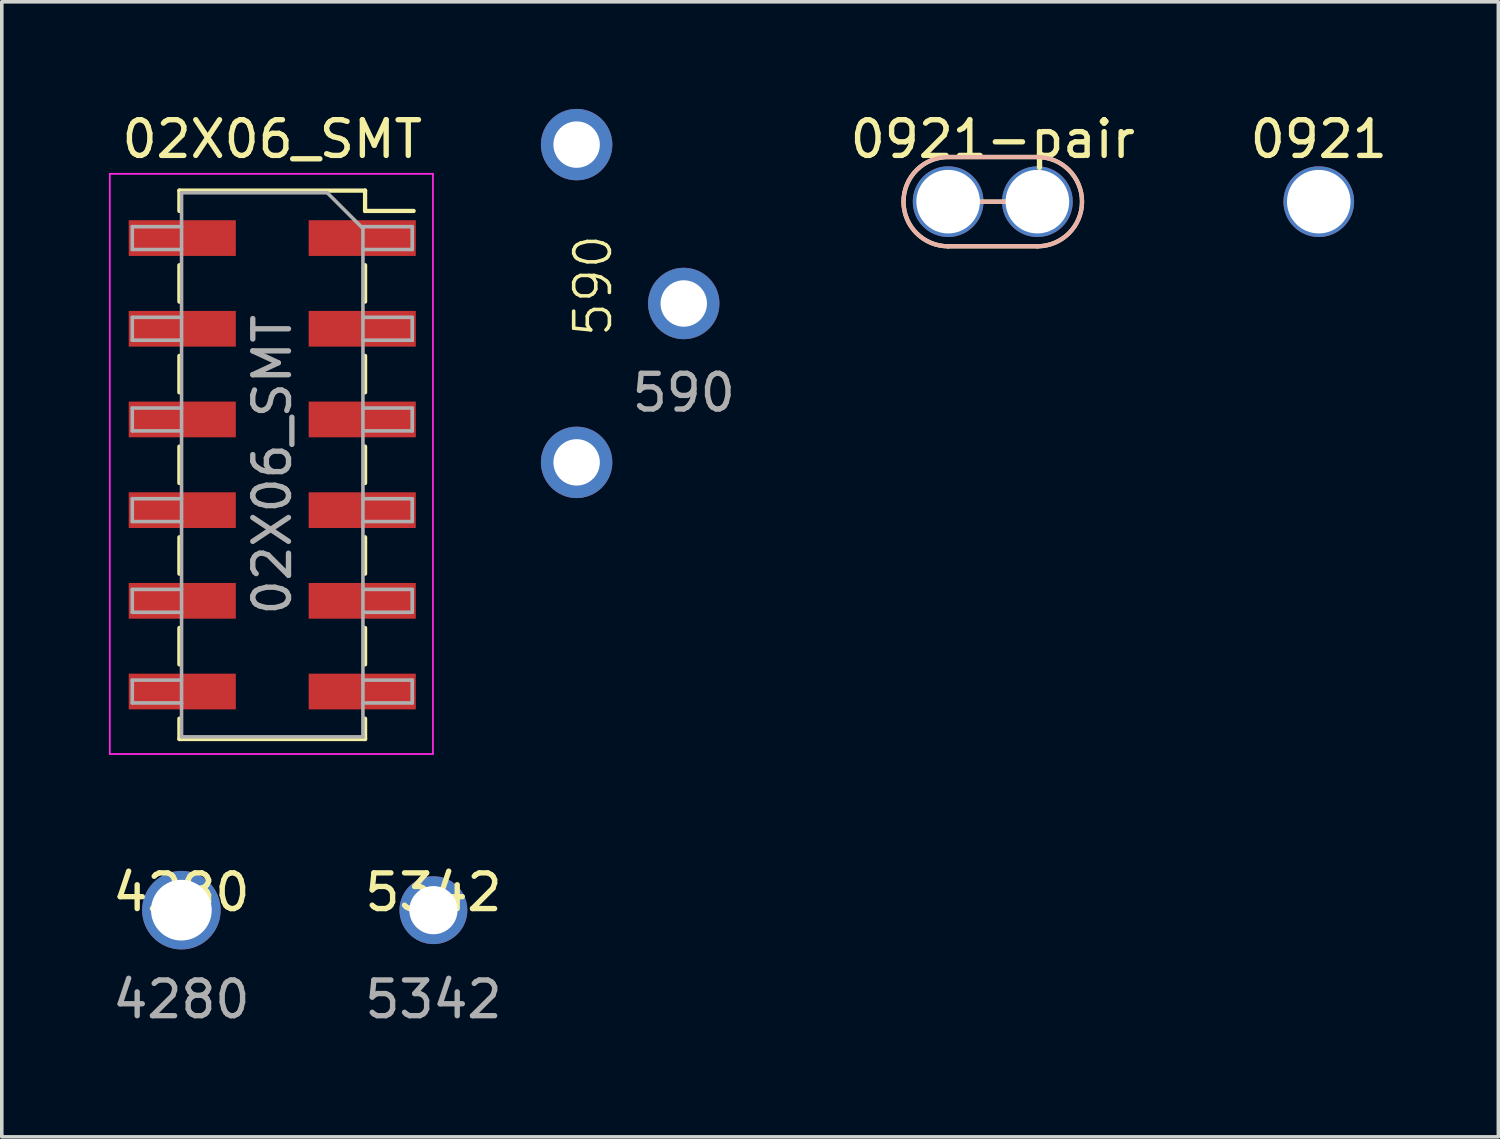
<source format=kicad_pcb>
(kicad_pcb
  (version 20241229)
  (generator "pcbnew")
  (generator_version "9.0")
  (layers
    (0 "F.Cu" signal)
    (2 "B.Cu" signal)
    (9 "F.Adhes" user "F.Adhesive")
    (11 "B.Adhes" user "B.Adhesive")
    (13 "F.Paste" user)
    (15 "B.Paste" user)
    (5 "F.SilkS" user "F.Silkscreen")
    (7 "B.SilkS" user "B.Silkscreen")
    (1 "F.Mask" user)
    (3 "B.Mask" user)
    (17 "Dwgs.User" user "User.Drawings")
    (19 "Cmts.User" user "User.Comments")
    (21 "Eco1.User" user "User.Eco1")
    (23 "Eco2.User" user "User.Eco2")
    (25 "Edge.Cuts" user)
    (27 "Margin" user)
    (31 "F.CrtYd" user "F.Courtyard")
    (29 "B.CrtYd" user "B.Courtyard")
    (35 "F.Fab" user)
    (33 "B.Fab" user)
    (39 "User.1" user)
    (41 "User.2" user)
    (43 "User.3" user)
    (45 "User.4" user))
  (footprint "02X06_SMT"
    (layer "F.Cu")
    (at 4.575 9.968)
    (property "Reference" "02X06_SMT" (at 0 -9.12 0) (layer "F.SilkS") (effects (font (size 1 1) (thickness 0.15))))
    (attr smd)
    (fp_line (start -2.6 -7.68) (end -2.6 -7.11) (stroke (width 0.12) (type solid)) (layer "F.SilkS"))
    (fp_line (start -2.6 -7.68) (end 2.6 -7.68) (stroke (width 0.12) (type solid)) (layer "F.SilkS"))
    (fp_line (start -2.6 -5.59) (end -2.6 -4.57) (stroke (width 0.12) (type solid)) (layer "F.SilkS"))
    (fp_line (start -2.6 -3.05) (end -2.6 -2.03) (stroke (width 0.12) (type solid)) (layer "F.SilkS"))
    (fp_line (start -2.6 -0.51) (end -2.6 0.51) (stroke (width 0.12) (type solid)) (layer "F.SilkS"))
    (fp_line (start -2.6 2.03) (end -2.6 3.05) (stroke (width 0.12) (type solid)) (layer "F.SilkS"))
    (fp_line (start -2.6 4.57) (end -2.6 5.59) (stroke (width 0.12) (type solid)) (layer "F.SilkS"))
    (fp_line (start -2.6 7.11) (end -2.6 7.68) (stroke (width 0.12) (type solid)) (layer "F.SilkS"))
    (fp_line (start -2.6 7.68) (end 2.6 7.68) (stroke (width 0.12) (type solid)) (layer "F.SilkS"))
    (fp_line (start 2.6 -7.68) (end 2.6 -7.11) (stroke (width 0.12) (type solid)) (layer "F.SilkS"))
    (fp_line (start 2.6 -7.11) (end 3.96 -7.11) (stroke (width 0.12) (type solid)) (layer "F.SilkS"))
    (fp_line (start 2.6 -5.59) (end 2.6 -4.57) (stroke (width 0.12) (type solid)) (layer "F.SilkS"))
    (fp_line (start 2.6 -3.05) (end 2.6 -2.03) (stroke (width 0.12) (type solid)) (layer "F.SilkS"))
    (fp_line (start 2.6 -0.51) (end 2.6 0.51) (stroke (width 0.12) (type solid)) (layer "F.SilkS"))
    (fp_line (start 2.6 2.03) (end 2.6 3.05) (stroke (width 0.12) (type solid)) (layer "F.SilkS"))
    (fp_line (start 2.6 4.57) (end 2.6 5.59) (stroke (width 0.12) (type solid)) (layer "F.SilkS"))
    (fp_line (start 2.6 7.11) (end 2.6 7.68) (stroke (width 0.12) (type solid)) (layer "F.SilkS"))
    (fp_line (start -4.55 -8.15) (end 4.5 -8.15) (stroke (width 0.05) (type solid)) (layer "F.CrtYd"))
    (fp_line (start -4.55 8.1) (end -4.55 -8.15) (stroke (width 0.05) (type solid)) (layer "F.CrtYd"))
    (fp_line (start 4.5 -8.15) (end 4.5 8.1) (stroke (width 0.05) (type solid)) (layer "F.CrtYd"))
    (fp_line (start 4.5 8.1) (end -4.55 8.1) (stroke (width 0.05) (type solid)) (layer "F.CrtYd"))
    (fp_line (start -3.92 -6.67) (end -2.54 -6.67) (stroke (width 0.1) (type solid)) (layer "F.Fab"))
    (fp_line (start -3.92 -6.03) (end -3.92 -6.67) (stroke (width 0.1) (type solid)) (layer "F.Fab"))
    (fp_line (start -3.92 -4.13) (end -2.54 -4.13) (stroke (width 0.1) (type solid)) (layer "F.Fab"))
    (fp_line (start -3.92 -3.49) (end -3.92 -4.13) (stroke (width 0.1) (type solid)) (layer "F.Fab"))
    (fp_line (start -3.92 -1.59) (end -2.54 -1.59) (stroke (width 0.1) (type solid)) (layer "F.Fab"))
    (fp_line (start -3.92 -0.95) (end -3.92 -1.59) (stroke (width 0.1) (type solid)) (layer "F.Fab"))
    (fp_line (start -3.92 0.95) (end -2.54 0.95) (stroke (width 0.1) (type solid)) (layer "F.Fab"))
    (fp_line (start -3.92 1.59) (end -3.92 0.95) (stroke (width 0.1) (type solid)) (layer "F.Fab"))
    (fp_line (start -3.92 3.49) (end -2.54 3.49) (stroke (width 0.1) (type solid)) (layer "F.Fab"))
    (fp_line (start -3.92 4.13) (end -3.92 3.49) (stroke (width 0.1) (type solid)) (layer "F.Fab"))
    (fp_line (start -3.92 6.03) (end -2.54 6.03) (stroke (width 0.1) (type solid)) (layer "F.Fab"))
    (fp_line (start -3.92 6.67) (end -3.92 6.03) (stroke (width 0.1) (type solid)) (layer "F.Fab"))
    (fp_line (start -2.54 -7.62) (end 1.54 -7.62) (stroke (width 0.1) (type solid)) (layer "F.Fab"))
    (fp_line (start -2.54 -6.03) (end -3.92 -6.03) (stroke (width 0.1) (type solid)) (layer "F.Fab"))
    (fp_line (start -2.54 -3.49) (end -3.92 -3.49) (stroke (width 0.1) (type solid)) (layer "F.Fab"))
    (fp_line (start -2.54 -0.95) (end -3.92 -0.95) (stroke (width 0.1) (type solid)) (layer "F.Fab"))
    (fp_line (start -2.54 1.59) (end -3.92 1.59) (stroke (width 0.1) (type solid)) (layer "F.Fab"))
    (fp_line (start -2.54 4.13) (end -3.92 4.13) (stroke (width 0.1) (type solid)) (layer "F.Fab"))
    (fp_line (start -2.54 6.67) (end -3.92 6.67) (stroke (width 0.1) (type solid)) (layer "F.Fab"))
    (fp_line (start -2.54 7.62) (end -2.54 -7.62) (stroke (width 0.1) (type solid)) (layer "F.Fab"))
    (fp_line (start 1.54 -7.62) (end 2.54 -6.62) (stroke (width 0.1) (type solid)) (layer "F.Fab"))
    (fp_line (start 2.54 -6.67) (end 3.92 -6.67) (stroke (width 0.1) (type solid)) (layer "F.Fab"))
    (fp_line (start 2.54 -6.62) (end 2.54 7.62) (stroke (width 0.1) (type solid)) (layer "F.Fab"))
    (fp_line (start 2.54 -4.13) (end 3.92 -4.13) (stroke (width 0.1) (type solid)) (layer "F.Fab"))
    (fp_line (start 2.54 -1.59) (end 3.92 -1.59) (stroke (width 0.1) (type solid)) (layer "F.Fab"))
    (fp_line (start 2.54 0.95) (end 3.92 0.95) (stroke (width 0.1) (type solid)) (layer "F.Fab"))
    (fp_line (start 2.54 3.49) (end 3.92 3.49) (stroke (width 0.1) (type solid)) (layer "F.Fab"))
    (fp_line (start 2.54 6.03) (end 3.92 6.03) (stroke (width 0.1) (type solid)) (layer "F.Fab"))
    (fp_line (start 2.54 7.62) (end -2.54 7.62) (stroke (width 0.1) (type solid)) (layer "F.Fab"))
    (fp_line (start 3.92 -6.67) (end 3.92 -6.03) (stroke (width 0.1) (type solid)) (layer "F.Fab"))
    (fp_line (start 3.92 -6.03) (end 2.54 -6.03) (stroke (width 0.1) (type solid)) (layer "F.Fab"))
    (fp_line (start 3.92 -4.13) (end 3.92 -3.49) (stroke (width 0.1) (type solid)) (layer "F.Fab"))
    (fp_line (start 3.92 -3.49) (end 2.54 -3.49) (stroke (width 0.1) (type solid)) (layer "F.Fab"))
    (fp_line (start 3.92 -1.59) (end 3.92 -0.95) (stroke (width 0.1) (type solid)) (layer "F.Fab"))
    (fp_line (start 3.92 -0.95) (end 2.54 -0.95) (stroke (width 0.1) (type solid)) (layer "F.Fab"))
    (fp_line (start 3.92 0.95) (end 3.92 1.59) (stroke (width 0.1) (type solid)) (layer "F.Fab"))
    (fp_line (start 3.92 1.59) (end 2.54 1.59) (stroke (width 0.1) (type solid)) (layer "F.Fab"))
    (fp_line (start 3.92 3.49) (end 3.92 4.13) (stroke (width 0.1) (type solid)) (layer "F.Fab"))
    (fp_line (start 3.92 4.13) (end 2.54 4.13) (stroke (width 0.1) (type solid)) (layer "F.Fab"))
    (fp_line (start 3.92 6.03) (end 3.92 6.67) (stroke (width 0.1) (type solid)) (layer "F.Fab"))
    (fp_line (start 3.92 6.67) (end 2.54 6.67) (stroke (width 0.1) (type solid)) (layer "F.Fab"))
    (fp_text user "${REFERENCE}" (at 0 0 90) (layer "F.Fab") (effects (font (size 1 1) (thickness 0.15))))
    (pad "1" smd rect (at 2.52 -6.35) (size 3 1) (layers "F.Cu" "F.Mask" "F.Paste"))
    (pad "2" smd rect (at 2.52 -3.81) (size 3 1) (layers "F.Cu" "F.Mask" "F.Paste"))
    (pad "3" smd rect (at 2.52 -1.27) (size 3 1) (layers "F.Cu" "F.Mask" "F.Paste"))
    (pad "4" smd rect (at 2.52 1.27) (size 3 1) (layers "F.Cu" "F.Mask" "F.Paste"))
    (pad "5" smd rect (at 2.52 3.81) (size 3 1) (layers "F.Cu" "F.Mask" "F.Paste"))
    (pad "6" smd rect (at 2.52 6.35) (size 3 1) (layers "F.Cu" "F.Mask" "F.Paste"))
    (pad "7" smd rect (at -2.52 6.35) (size 3 1) (layers "F.Cu" "F.Mask" "F.Paste"))
    (pad "8" smd rect (at -2.52 3.81) (size 3 1) (layers "F.Cu" "F.Mask" "F.Paste"))
    (pad "9" smd rect (at -2.52 1.27) (size 3 1) (layers "F.Cu" "F.Mask" "F.Paste"))
    (pad "10" smd rect (at -2.52 -1.27) (size 3 1) (layers "F.Cu" "F.Mask" "F.Paste"))
    (pad "11" smd rect (at -2.52 -3.81) (size 3 1) (layers "F.Cu" "F.Mask" "F.Paste"))
    (pad "12" smd rect (at -2.52 -6.35) (size 3 1) (layers "F.Cu" "F.Mask" "F.Paste")))
  (footprint "5342"
    (layer "F.Cu")
    (at 9.089 22.442)
    (property "Reference" "5342" (at 0 -0.5 0) (unlocked yes) (layer "F.SilkS") (effects (font (size 1 1) (thickness 0.15))))
    (fp_text user "${REFERENCE}" (at 0 2.5 0) (unlocked yes) (layer "F.Fab") (effects (font (size 1 1) (thickness 0.15))))
    (pad "1" thru_hole circle (at 0 0) (size 1.9 1.9) (drill 1.35) (layers "*.Cu" "*.Mask")))
  (footprint "0921"
    (layer "F.Cu")
    (at 33.886 2.598)
    (property "Reference" "0921" (at 0 -1.75 0) (unlocked yes) (layer "F.SilkS") (effects (font (size 1 1) (thickness 0.15))))
    (pad "1" thru_hole circle (at 0 0) (size 1.98 1.98) (drill 1.78) (layers "*.Cu" "*.Mask")))
  (footprint "4280"
    (layer "F.Cu")
    (at 2.03 22.442)
    (property "Reference" "4280" (at 0 -0.5 0) (unlocked yes) (layer "F.SilkS") (effects (font (size 1 1) (thickness 0.15))))
    (fp_text user "${REFERENCE}" (at 0 2.5 0) (unlocked yes) (layer "F.Fab") (effects (font (size 1 1) (thickness 0.15))))
    (pad "1" thru_hole circle (at 0 0) (size 2.2 2.2) (drill 1.7) (layers "*.Cu" "*.Mask")))
  (footprint "0921-pair"
    (layer "F.Cu")
    (at 24.755 2.598)
    (property "Reference" "0921-pair" (at 0 -1.75 0) (unlocked yes) (layer "F.SilkS") (effects (font (size 1 1) (thickness 0.15))))
    (fp_line (start 1.25 -1.25) (end -1.25 -1.25) (stroke (width 0.12) (type solid)) (layer "F.SilkS"))
    (fp_line (start 1.25 0) (end -1.25 0) (stroke (width 0.12) (type solid)) (layer "F.SilkS"))
    (fp_line (start 1.25 1.25) (end -1.25 1.25) (stroke (width 0.12) (type solid)) (layer "F.SilkS"))
    (fp_arc (start -1.25 1.25) (mid -2.5 0) (end -1.25 -1.25) (stroke (width 0.12) (type solid)) (layer "F.SilkS"))
    (fp_arc (start 1.25 -1.25) (mid 2.5 0) (end 1.25 1.25) (stroke (width 0.12) (type solid)) (layer "F.SilkS"))
    (fp_line (start -1.25 -1.25) (end 1.25 -1.25) (stroke (width 0.12) (type solid)) (layer "B.SilkS"))
    (fp_line (start -1.25 0) (end 1.25 0) (stroke (width 0.12) (type solid)) (layer "B.SilkS"))
    (fp_line (start -1.25 1.25) (end 1.25 1.25) (stroke (width 0.12) (type solid)) (layer "B.SilkS"))
    (fp_arc (start -1.25 1.25) (mid -2.5 0) (end -1.25 -1.25) (stroke (width 0.12) (type solid)) (layer "B.SilkS"))
    (fp_arc (start 1.25 -1.25) (mid 2.5 0) (end 1.25 1.25) (stroke (width 0.12) (type solid)) (layer "B.SilkS"))
    (pad "1" thru_hole circle (at -1.25 0) (size 1.98 1.98) (drill 1.78) (layers "*.Cu" "*.Mask"))
    (pad "2" thru_hole circle (at 1.25 0) (size 1.98 1.98) (drill 1.78) (layers "*.Cu" "*.Mask")))
  (footprint "590"
    (layer "F.Cu")
    (at 16.1 5.45)
    (property "Reference" "590" (at -2.54 -0.5 90) (unlocked yes) (layer "F.SilkS") (effects (font (size 1 1) (thickness 0.1))))
    (attr through_hole)
    (fp_text user "${REFERENCE}" (at 0 2.5 0) (unlocked yes) (layer "F.Fab") (effects (font (size 1 1) (thickness 0.15))))
    (pad "1" thru_hole circle (at -3 -4.45) (size 2 2) (drill 1.3) (layers "*.Cu" "*.Mask"))
    (pad "1" thru_hole circle (at -3 4.45) (size 2 2) (drill 1.3) (layers "*.Cu" "*.Mask"))
    (pad "1" thru_hole circle (at 0 0) (size 2 2) (drill 1.3) (layers "*.Cu" "*.Mask")))
  (gr_rect
    (start -3 -3)
    (end 38.915 28.79)
    (stroke (width 0.1) (type default))
    (fill no)
    (layer "Edge.Cuts")))
</source>
